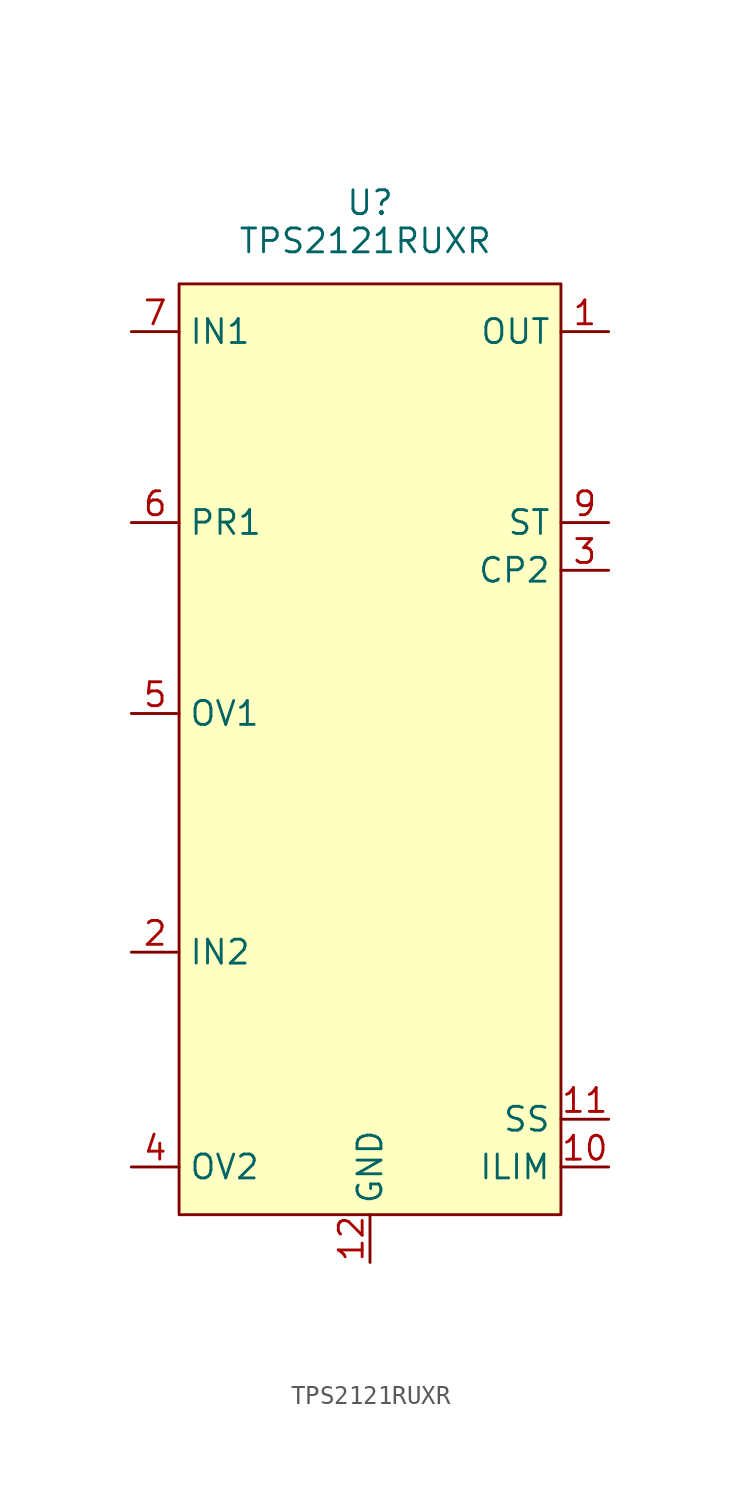
<source format=kicad_sym>
(kicad_symbol_lib
  (version 20241209)
  (generator "kicad_symbol_editor")
  (generator_version "9.0")
  (symbol "TPS2121RUXR"
    (property "Reference" "U"
      (at 0 17.018 0)
      (effects (font (size 1.27 1.27))))
    (property "Value" "TPS2121RUXR"
      (at -0.254 14.986 0)
      (effects (font (size 1.27 1.27))))
    (symbol "TPS2121RUXR_1_1"
      (rectangle (start -10.16 12.7) (end 10.16 -36.83) (stroke (width 0) (type solid)) (fill (type background)))
      (pin power_in line (at -12.7 10.16 0) (length 2.54) (name "IN1" (effects (font (size 1.27 1.27)))) (number "7" (effects (font (size 1.27 1.27)))))
      (pin input line (at -12.7 0 0) (length 2.54) (name "PR1" (effects (font (size 1.27 1.27)))) (number "6" (effects (font (size 1.27 1.27)))))
      (pin input line (at -12.7 -10.16 0) (length 2.54) (name "OV1" (effects (font (size 1.27 1.27)))) (number "5" (effects (font (size 1.27 1.27)))))
      (pin power_in line (at -12.7 -22.86 0) (length 2.54) (name "IN2" (effects (font (size 1.27 1.27)))) (number "2" (effects (font (size 1.27 1.27)))))
      (pin input line (at -12.7 -34.29 0) (length 2.54) (name "OV2" (effects (font (size 1.27 1.27)))) (number "4" (effects (font (size 1.27 1.27)))))
      (pin power_in line (at 0 -39.37 90) (length 2.54) (name "GND" (effects (font (size 1.27 1.27)))) (number "12" (effects (font (size 1.27 1.27)))))
      (pin power_in line (at 12.7 10.16 180) (length 2.54) (name "OUT" (effects (font (size 1.27 1.27)))) (number "1" (effects (font (size 1.27 1.27)))))
      (pin power_in line (at 12.7 10.16 180) (length 2.54) (hide yes) (name "OUT" (effects (font (size 1.27 1.27)))) (number "8" (effects (font (size 1.27 1.27)))))
      (pin output line (at 12.7 0 180) (length 2.54) (name "ST" (effects (font (size 1.27 1.27)))) (number "9" (effects (font (size 1.27 1.27)))))
      (pin input line (at 12.7 -2.54 180) (length 2.54) (name "CP2" (effects (font (size 1.27 1.27)))) (number "3" (effects (font (size 1.27 1.27)))))
      (pin output line (at 12.7 -31.75 180) (length 2.54) (name "SS" (effects (font (size 1.27 1.27)))) (number "11" (effects (font (size 1.27 1.27)))))
      (pin output line (at 12.7 -34.29 180) (length 2.54) (name "ILIM" (effects (font (size 1.27 1.27)))) (number "10" (effects (font (size 1.27 1.27))))))))
</source>
